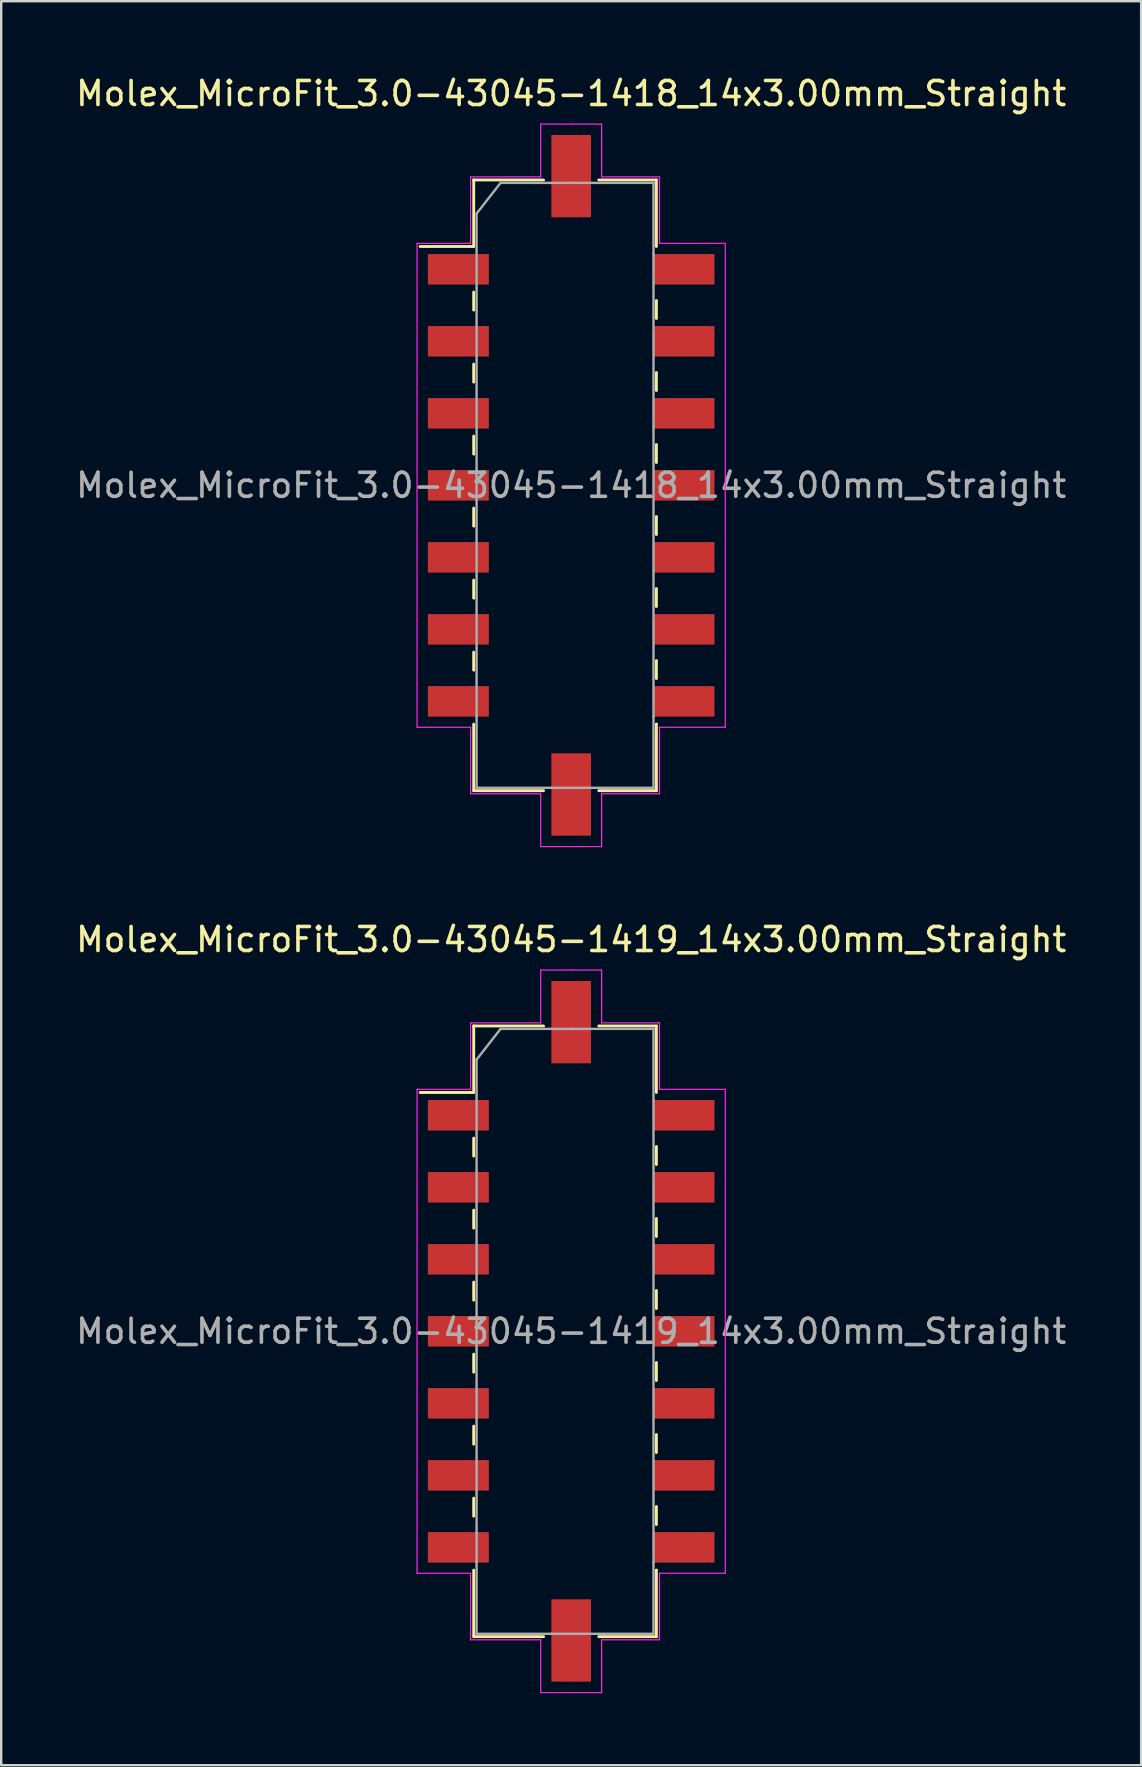
<source format=kicad_pcb>
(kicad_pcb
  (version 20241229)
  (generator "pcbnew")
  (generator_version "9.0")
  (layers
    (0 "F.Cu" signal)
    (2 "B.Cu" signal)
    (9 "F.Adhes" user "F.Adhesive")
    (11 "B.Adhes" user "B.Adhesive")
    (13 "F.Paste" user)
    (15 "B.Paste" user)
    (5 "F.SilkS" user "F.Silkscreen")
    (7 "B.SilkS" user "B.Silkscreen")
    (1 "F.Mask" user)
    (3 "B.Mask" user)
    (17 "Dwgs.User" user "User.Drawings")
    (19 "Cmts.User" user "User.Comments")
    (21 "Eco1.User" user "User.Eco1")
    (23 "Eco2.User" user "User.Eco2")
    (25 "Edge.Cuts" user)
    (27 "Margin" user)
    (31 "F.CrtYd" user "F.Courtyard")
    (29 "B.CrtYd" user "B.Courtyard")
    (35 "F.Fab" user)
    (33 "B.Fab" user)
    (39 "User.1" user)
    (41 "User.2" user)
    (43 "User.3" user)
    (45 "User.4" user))
  (footprint "Molex_MicroFit_3.0-43045-1419_14x3.00mm_Straight"
    (layer "F.Cu")
    (at 20.744 52.411)
    (property "Reference" "Molex_MicroFit_3.0-43045-1419_14x3.00mm_Straight" (at 0 -16.32 0) (layer "F.SilkS") (effects (font (size 1 1) (thickness 0.15))))
    (attr smd)
    (fp_line (start -6.29 -9.95) (end -4.06 -9.95) (stroke (width 0.12) (type solid)) (layer "F.SilkS"))
    (fp_line (start -4.06 -12.72) (end -4.06 -12.72) (stroke (width 0.12) (type solid)) (layer "F.SilkS"))
    (fp_line (start -4.06 -12.72) (end -1.15 -12.72) (stroke (width 0.12) (type solid)) (layer "F.SilkS"))
    (fp_line (start -4.06 -9.95) (end -4.06 -12.72) (stroke (width 0.12) (type solid)) (layer "F.SilkS"))
    (fp_line (start -4.06 -8.05) (end -4.06 -7.3) (stroke (width 0.12) (type solid)) (layer "F.SilkS"))
    (fp_line (start -4.06 -5.05) (end -4.06 -4.3) (stroke (width 0.12) (type solid)) (layer "F.SilkS"))
    (fp_line (start -4.06 -2.05) (end -4.06 -1.3) (stroke (width 0.12) (type solid)) (layer "F.SilkS"))
    (fp_line (start -4.06 0.95) (end -4.06 1.7) (stroke (width 0.12) (type solid)) (layer "F.SilkS"))
    (fp_line (start -4.06 3.95) (end -4.06 4.7) (stroke (width 0.12) (type solid)) (layer "F.SilkS"))
    (fp_line (start -4.06 6.95) (end -4.06 7.7) (stroke (width 0.12) (type solid)) (layer "F.SilkS"))
    (fp_line (start -4.06 12.72) (end -4.06 9.95) (stroke (width 0.12) (type solid)) (layer "F.SilkS"))
    (fp_line (start -1.15 12.72) (end -4.06 12.72) (stroke (width 0.12) (type solid)) (layer "F.SilkS"))
    (fp_line (start 1.15 -12.72) (end 3.55 -12.72) (stroke (width 0.12) (type solid)) (layer "F.SilkS"))
    (fp_line (start 3.55 -12.72) (end 3.55 -9.95) (stroke (width 0.12) (type solid)) (layer "F.SilkS"))
    (fp_line (start 3.55 -6.95) (end 3.55 -7.7) (stroke (width 0.12) (type solid)) (layer "F.SilkS"))
    (fp_line (start 3.55 -3.95) (end 3.55 -4.7) (stroke (width 0.12) (type solid)) (layer "F.SilkS"))
    (fp_line (start 3.55 -0.95) (end 3.55 -1.7) (stroke (width 0.12) (type solid)) (layer "F.SilkS"))
    (fp_line (start 3.55 2.05) (end 3.55 1.3) (stroke (width 0.12) (type solid)) (layer "F.SilkS"))
    (fp_line (start 3.55 5.05) (end 3.55 4.3) (stroke (width 0.12) (type solid)) (layer "F.SilkS"))
    (fp_line (start 3.55 8.05) (end 3.55 7.3) (stroke (width 0.12) (type solid)) (layer "F.SilkS"))
    (fp_line (start 3.55 9.95) (end 3.55 9.95) (stroke (width 0.12) (type solid)) (layer "F.SilkS"))
    (fp_line (start 3.55 9.95) (end 3.55 12.72) (stroke (width 0.12) (type solid)) (layer "F.SilkS"))
    (fp_line (start 3.55 12.72) (end 1.15 12.72) (stroke (width 0.12) (type solid)) (layer "F.SilkS"))
    (fp_line (start -6.42 -10.08) (end -4.19 -10.08) (stroke (width 0.05) (type solid)) (layer "F.CrtYd"))
    (fp_line (start -6.42 10.08) (end -6.42 -10.08) (stroke (width 0.05) (type solid)) (layer "F.CrtYd"))
    (fp_line (start -4.19 -12.85) (end -4.19 -12.85) (stroke (width 0.05) (type solid)) (layer "F.CrtYd"))
    (fp_line (start -4.19 -12.85) (end -1.27 -12.85) (stroke (width 0.05) (type solid)) (layer "F.CrtYd"))
    (fp_line (start -4.19 -10.08) (end -4.19 -12.85) (stroke (width 0.05) (type solid)) (layer "F.CrtYd"))
    (fp_line (start -4.19 10.08) (end -6.42 10.08) (stroke (width 0.05) (type solid)) (layer "F.CrtYd"))
    (fp_line (start -4.19 12.85) (end -4.19 10.08) (stroke (width 0.05) (type solid)) (layer "F.CrtYd"))
    (fp_line (start -1.27 -15.05) (end 0 -15.05) (stroke (width 0.05) (type solid)) (layer "F.CrtYd"))
    (fp_line (start -1.27 -12.85) (end -1.27 -15.05) (stroke (width 0.05) (type solid)) (layer "F.CrtYd"))
    (fp_line (start -1.27 12.85) (end -4.19 12.85) (stroke (width 0.05) (type solid)) (layer "F.CrtYd"))
    (fp_line (start -1.27 15.05) (end -1.27 12.85) (stroke (width 0.05) (type solid)) (layer "F.CrtYd"))
    (fp_line (start 0 -15.05) (end 1.27 -15.05) (stroke (width 0.05) (type solid)) (layer "F.CrtYd"))
    (fp_line (start 0 15.05) (end -1.27 15.05) (stroke (width 0.05) (type solid)) (layer "F.CrtYd"))
    (fp_line (start 1.27 -15.05) (end 1.27 -12.85) (stroke (width 0.05) (type solid)) (layer "F.CrtYd"))
    (fp_line (start 1.27 -12.85) (end 3.68 -12.85) (stroke (width 0.05) (type solid)) (layer "F.CrtYd"))
    (fp_line (start 1.27 12.85) (end 1.27 15.05) (stroke (width 0.05) (type solid)) (layer "F.CrtYd"))
    (fp_line (start 1.27 15.05) (end 0 15.05) (stroke (width 0.05) (type solid)) (layer "F.CrtYd"))
    (fp_line (start 3.68 -12.85) (end 3.68 -10.08) (stroke (width 0.05) (type solid)) (layer "F.CrtYd"))
    (fp_line (start 3.68 -10.08) (end 6.42 -10.08) (stroke (width 0.05) (type solid)) (layer "F.CrtYd"))
    (fp_line (start 3.68 10.08) (end 3.68 10.08) (stroke (width 0.05) (type solid)) (layer "F.CrtYd"))
    (fp_line (start 3.68 10.08) (end 3.68 12.85) (stroke (width 0.05) (type solid)) (layer "F.CrtYd"))
    (fp_line (start 3.68 12.85) (end 1.27 12.85) (stroke (width 0.05) (type solid)) (layer "F.CrtYd"))
    (fp_line (start 6.42 -10.08) (end 6.42 10.08) (stroke (width 0.05) (type solid)) (layer "F.CrtYd"))
    (fp_line (start 6.42 10.08) (end 3.68 10.08) (stroke (width 0.05) (type solid)) (layer "F.CrtYd"))
    (fp_line (start -3.94 -11.32) (end -2.94 -12.6) (stroke (width 0.1) (type solid)) (layer "F.Fab"))
    (fp_line (start -3.94 9.63) (end -3.94 -11.32) (stroke (width 0.1) (type solid)) (layer "F.Fab"))
    (fp_line (start -3.94 12.6) (end -3.94 9.63) (stroke (width 0.1) (type solid)) (layer "F.Fab"))
    (fp_line (start -2.94 -12.6) (end 0 -12.6) (stroke (width 0.1) (type solid)) (layer "F.Fab"))
    (fp_line (start -0.82 12.6) (end -3.94 12.6) (stroke (width 0.1) (type solid)) (layer "F.Fab"))
    (fp_line (start 0 -12.6) (end 3.43 -12.6) (stroke (width 0.1) (type solid)) (layer "F.Fab"))
    (fp_line (start 3.43 -12.6) (end 3.43 -9.63) (stroke (width 0.1) (type solid)) (layer "F.Fab"))
    (fp_line (start 3.43 -9.63) (end 3.43 9.63) (stroke (width 0.1) (type solid)) (layer "F.Fab"))
    (fp_line (start 3.43 9.63) (end 3.43 12.6) (stroke (width 0.1) (type solid)) (layer "F.Fab"))
    (fp_line (start 3.43 12.6) (end -0.82 12.6) (stroke (width 0.1) (type solid)) (layer "F.Fab"))
    (fp_text user "${REFERENCE}" (at 0 0 0) (layer "F.Fab") (effects (font (size 1 1) (thickness 0.15))))
    (pad "" smd rect (at 0 -12.88) (size 1.65 3.43) (layers "F.Cu" "F.Mask" "F.Paste"))
    (pad "" smd rect (at 0 12.88) (size 1.65 3.43) (layers "F.Cu" "F.Mask" "F.Paste"))
    (pad "1" smd rect (at -4.7 -9) (size 2.54 1.27) (layers "F.Cu" "F.Mask" "F.Paste"))
    (pad "2" smd rect (at -4.7 -6) (size 2.54 1.27) (layers "F.Cu" "F.Mask" "F.Paste"))
    (pad "3" smd rect (at -4.7 -3) (size 2.54 1.27) (layers "F.Cu" "F.Mask" "F.Paste"))
    (pad "4" smd rect (at -4.7 0) (size 2.54 1.27) (layers "F.Cu" "F.Mask" "F.Paste"))
    (pad "5" smd rect (at -4.7 3) (size 2.54 1.27) (layers "F.Cu" "F.Mask" "F.Paste"))
    (pad "6" smd rect (at -4.7 6) (size 2.54 1.27) (layers "F.Cu" "F.Mask" "F.Paste"))
    (pad "7" smd rect (at -4.7 9) (size 2.54 1.27) (layers "F.Cu" "F.Mask" "F.Paste"))
    (pad "8" smd rect (at 4.7 9) (size 2.54 1.27) (layers "F.Cu" "F.Mask" "F.Paste"))
    (pad "9" smd rect (at 4.7 6) (size 2.54 1.27) (layers "F.Cu" "F.Mask" "F.Paste"))
    (pad "10" smd rect (at 4.7 3) (size 2.54 1.27) (layers "F.Cu" "F.Mask" "F.Paste"))
    (pad "11" smd rect (at 4.7 0) (size 2.54 1.27) (layers "F.Cu" "F.Mask" "F.Paste"))
    (pad "12" smd rect (at 4.7 -3) (size 2.54 1.27) (layers "F.Cu" "F.Mask" "F.Paste"))
    (pad "13" smd rect (at 4.7 -6) (size 2.54 1.27) (layers "F.Cu" "F.Mask" "F.Paste"))
    (pad "14" smd rect (at 4.7 -9) (size 2.54 1.27) (layers "F.Cu" "F.Mask" "F.Paste")))
  (footprint "Molex_MicroFit_3.0-43045-1418_14x3.00mm_Straight"
    (layer "F.Cu")
    (at 20.744 17.168)
    (property "Reference" "Molex_MicroFit_3.0-43045-1418_14x3.00mm_Straight" (at 0 -16.32 0) (layer "F.SilkS") (effects (font (size 1 1) (thickness 0.15))))
    (attr smd)
    (fp_line (start -6.29 -9.95) (end -4.06 -9.95) (stroke (width 0.12) (type solid)) (layer "F.SilkS"))
    (fp_line (start -4.06 -12.72) (end -4.06 -12.72) (stroke (width 0.12) (type solid)) (layer "F.SilkS"))
    (fp_line (start -4.06 -12.72) (end -1.15 -12.72) (stroke (width 0.12) (type solid)) (layer "F.SilkS"))
    (fp_line (start -4.06 -9.95) (end -4.06 -12.72) (stroke (width 0.12) (type solid)) (layer "F.SilkS"))
    (fp_line (start -4.06 -8.05) (end -4.06 -7.3) (stroke (width 0.12) (type solid)) (layer "F.SilkS"))
    (fp_line (start -4.06 -5.05) (end -4.06 -4.3) (stroke (width 0.12) (type solid)) (layer "F.SilkS"))
    (fp_line (start -4.06 -2.05) (end -4.06 -1.3) (stroke (width 0.12) (type solid)) (layer "F.SilkS"))
    (fp_line (start -4.06 0.95) (end -4.06 1.7) (stroke (width 0.12) (type solid)) (layer "F.SilkS"))
    (fp_line (start -4.06 3.95) (end -4.06 4.7) (stroke (width 0.12) (type solid)) (layer "F.SilkS"))
    (fp_line (start -4.06 6.95) (end -4.06 7.7) (stroke (width 0.12) (type solid)) (layer "F.SilkS"))
    (fp_line (start -4.06 12.72) (end -4.06 9.95) (stroke (width 0.12) (type solid)) (layer "F.SilkS"))
    (fp_line (start -1.15 12.72) (end -4.06 12.72) (stroke (width 0.12) (type solid)) (layer "F.SilkS"))
    (fp_line (start 1.15 -12.72) (end 3.55 -12.72) (stroke (width 0.12) (type solid)) (layer "F.SilkS"))
    (fp_line (start 3.55 -12.72) (end 3.55 -9.95) (stroke (width 0.12) (type solid)) (layer "F.SilkS"))
    (fp_line (start 3.55 -6.95) (end 3.55 -7.7) (stroke (width 0.12) (type solid)) (layer "F.SilkS"))
    (fp_line (start 3.55 -3.95) (end 3.55 -4.7) (stroke (width 0.12) (type solid)) (layer "F.SilkS"))
    (fp_line (start 3.55 -0.95) (end 3.55 -1.7) (stroke (width 0.12) (type solid)) (layer "F.SilkS"))
    (fp_line (start 3.55 2.05) (end 3.55 1.3) (stroke (width 0.12) (type solid)) (layer "F.SilkS"))
    (fp_line (start 3.55 5.05) (end 3.55 4.3) (stroke (width 0.12) (type solid)) (layer "F.SilkS"))
    (fp_line (start 3.55 8.05) (end 3.55 7.3) (stroke (width 0.12) (type solid)) (layer "F.SilkS"))
    (fp_line (start 3.55 9.95) (end 3.55 9.95) (stroke (width 0.12) (type solid)) (layer "F.SilkS"))
    (fp_line (start 3.55 9.95) (end 3.55 12.72) (stroke (width 0.12) (type solid)) (layer "F.SilkS"))
    (fp_line (start 3.55 12.72) (end 1.15 12.72) (stroke (width 0.12) (type solid)) (layer "F.SilkS"))
    (fp_line (start -6.42 -10.08) (end -4.19 -10.08) (stroke (width 0.05) (type solid)) (layer "F.CrtYd"))
    (fp_line (start -6.42 10.08) (end -6.42 -10.08) (stroke (width 0.05) (type solid)) (layer "F.CrtYd"))
    (fp_line (start -4.19 -12.85) (end -4.19 -12.85) (stroke (width 0.05) (type solid)) (layer "F.CrtYd"))
    (fp_line (start -4.19 -12.85) (end -1.27 -12.85) (stroke (width 0.05) (type solid)) (layer "F.CrtYd"))
    (fp_line (start -4.19 -10.08) (end -4.19 -12.85) (stroke (width 0.05) (type solid)) (layer "F.CrtYd"))
    (fp_line (start -4.19 10.08) (end -6.42 10.08) (stroke (width 0.05) (type solid)) (layer "F.CrtYd"))
    (fp_line (start -4.19 12.85) (end -4.19 10.08) (stroke (width 0.05) (type solid)) (layer "F.CrtYd"))
    (fp_line (start -1.27 -15.05) (end 0 -15.05) (stroke (width 0.05) (type solid)) (layer "F.CrtYd"))
    (fp_line (start -1.27 -12.85) (end -1.27 -15.05) (stroke (width 0.05) (type solid)) (layer "F.CrtYd"))
    (fp_line (start -1.27 12.85) (end -4.19 12.85) (stroke (width 0.05) (type solid)) (layer "F.CrtYd"))
    (fp_line (start -1.27 15.05) (end -1.27 12.85) (stroke (width 0.05) (type solid)) (layer "F.CrtYd"))
    (fp_line (start 0 -15.05) (end 1.27 -15.05) (stroke (width 0.05) (type solid)) (layer "F.CrtYd"))
    (fp_line (start 0 15.05) (end -1.27 15.05) (stroke (width 0.05) (type solid)) (layer "F.CrtYd"))
    (fp_line (start 1.27 -15.05) (end 1.27 -12.85) (stroke (width 0.05) (type solid)) (layer "F.CrtYd"))
    (fp_line (start 1.27 -12.85) (end 3.68 -12.85) (stroke (width 0.05) (type solid)) (layer "F.CrtYd"))
    (fp_line (start 1.27 12.85) (end 1.27 15.05) (stroke (width 0.05) (type solid)) (layer "F.CrtYd"))
    (fp_line (start 1.27 15.05) (end 0 15.05) (stroke (width 0.05) (type solid)) (layer "F.CrtYd"))
    (fp_line (start 3.68 -12.85) (end 3.68 -10.08) (stroke (width 0.05) (type solid)) (layer "F.CrtYd"))
    (fp_line (start 3.68 -10.08) (end 6.42 -10.08) (stroke (width 0.05) (type solid)) (layer "F.CrtYd"))
    (fp_line (start 3.68 10.08) (end 3.68 10.08) (stroke (width 0.05) (type solid)) (layer "F.CrtYd"))
    (fp_line (start 3.68 10.08) (end 3.68 12.85) (stroke (width 0.05) (type solid)) (layer "F.CrtYd"))
    (fp_line (start 3.68 12.85) (end 1.27 12.85) (stroke (width 0.05) (type solid)) (layer "F.CrtYd"))
    (fp_line (start 6.42 -10.08) (end 6.42 10.08) (stroke (width 0.05) (type solid)) (layer "F.CrtYd"))
    (fp_line (start 6.42 10.08) (end 3.68 10.08) (stroke (width 0.05) (type solid)) (layer "F.CrtYd"))
    (fp_line (start -3.94 -11.32) (end -2.94 -12.6) (stroke (width 0.1) (type solid)) (layer "F.Fab"))
    (fp_line (start -3.94 9.63) (end -3.94 -11.32) (stroke (width 0.1) (type solid)) (layer "F.Fab"))
    (fp_line (start -3.94 12.6) (end -3.94 9.63) (stroke (width 0.1) (type solid)) (layer "F.Fab"))
    (fp_line (start -2.94 -12.6) (end 0 -12.6) (stroke (width 0.1) (type solid)) (layer "F.Fab"))
    (fp_line (start -0.82 12.6) (end -3.94 12.6) (stroke (width 0.1) (type solid)) (layer "F.Fab"))
    (fp_line (start 0 -12.6) (end 3.43 -12.6) (stroke (width 0.1) (type solid)) (layer "F.Fab"))
    (fp_line (start 3.43 -12.6) (end 3.43 -9.63) (stroke (width 0.1) (type solid)) (layer "F.Fab"))
    (fp_line (start 3.43 -9.63) (end 3.43 9.63) (stroke (width 0.1) (type solid)) (layer "F.Fab"))
    (fp_line (start 3.43 9.63) (end 3.43 12.6) (stroke (width 0.1) (type solid)) (layer "F.Fab"))
    (fp_line (start 3.43 12.6) (end -0.82 12.6) (stroke (width 0.1) (type solid)) (layer "F.Fab"))
    (fp_text user "${REFERENCE}" (at 0 0 0) (layer "F.Fab") (effects (font (size 1 1) (thickness 0.15))))
    (pad "" smd rect (at 0 -12.88) (size 1.65 3.43) (layers "F.Cu" "F.Mask" "F.Paste"))
    (pad "" smd rect (at 0 12.88) (size 1.65 3.43) (layers "F.Cu" "F.Mask" "F.Paste"))
    (pad "1" smd rect (at -4.7 -9) (size 2.54 1.27) (layers "F.Cu" "F.Mask" "F.Paste"))
    (pad "2" smd rect (at -4.7 -6) (size 2.54 1.27) (layers "F.Cu" "F.Mask" "F.Paste"))
    (pad "3" smd rect (at -4.7 -3) (size 2.54 1.27) (layers "F.Cu" "F.Mask" "F.Paste"))
    (pad "4" smd rect (at -4.7 0) (size 2.54 1.27) (layers "F.Cu" "F.Mask" "F.Paste"))
    (pad "5" smd rect (at -4.7 3) (size 2.54 1.27) (layers "F.Cu" "F.Mask" "F.Paste"))
    (pad "6" smd rect (at -4.7 6) (size 2.54 1.27) (layers "F.Cu" "F.Mask" "F.Paste"))
    (pad "7" smd rect (at -4.7 9) (size 2.54 1.27) (layers "F.Cu" "F.Mask" "F.Paste"))
    (pad "8" smd rect (at 4.7 9) (size 2.54 1.27) (layers "F.Cu" "F.Mask" "F.Paste"))
    (pad "9" smd rect (at 4.7 6) (size 2.54 1.27) (layers "F.Cu" "F.Mask" "F.Paste"))
    (pad "10" smd rect (at 4.7 3) (size 2.54 1.27) (layers "F.Cu" "F.Mask" "F.Paste"))
    (pad "11" smd rect (at 4.7 0) (size 2.54 1.27) (layers "F.Cu" "F.Mask" "F.Paste"))
    (pad "12" smd rect (at 4.7 -3) (size 2.54 1.27) (layers "F.Cu" "F.Mask" "F.Paste"))
    (pad "13" smd rect (at 4.7 -6) (size 2.54 1.27) (layers "F.Cu" "F.Mask" "F.Paste"))
    (pad "14" smd rect (at 4.7 -9) (size 2.54 1.27) (layers "F.Cu" "F.Mask" "F.Paste")))
  (gr_rect
    (start -3 -3)
    (end 44.488 70.487)
    (stroke (width 0.1) (type default))
    (fill no)
    (layer "Edge.Cuts")))
</source>
